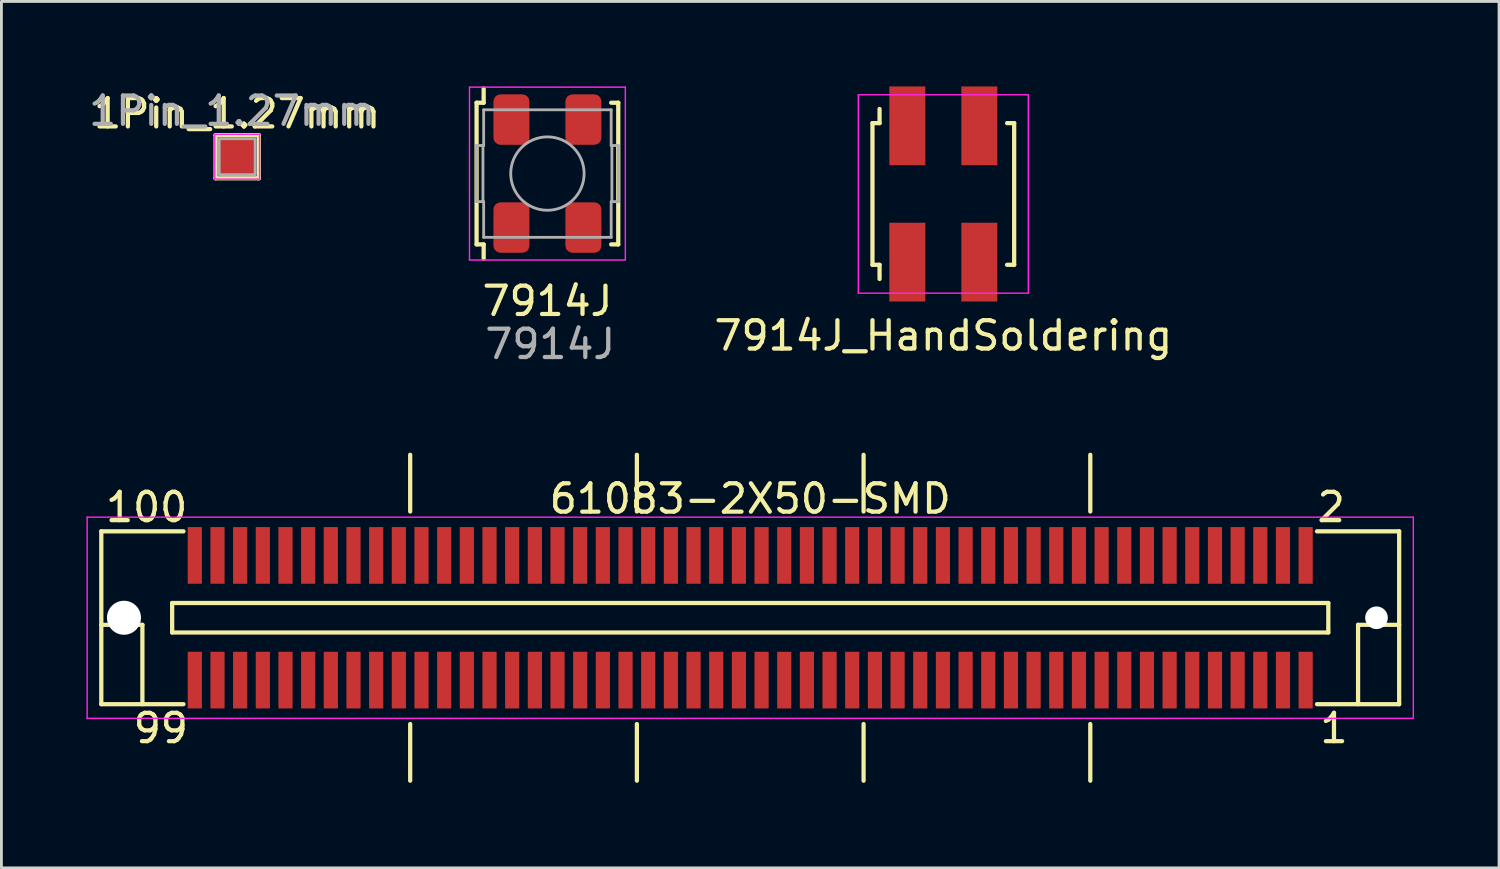
<source format=kicad_pcb>
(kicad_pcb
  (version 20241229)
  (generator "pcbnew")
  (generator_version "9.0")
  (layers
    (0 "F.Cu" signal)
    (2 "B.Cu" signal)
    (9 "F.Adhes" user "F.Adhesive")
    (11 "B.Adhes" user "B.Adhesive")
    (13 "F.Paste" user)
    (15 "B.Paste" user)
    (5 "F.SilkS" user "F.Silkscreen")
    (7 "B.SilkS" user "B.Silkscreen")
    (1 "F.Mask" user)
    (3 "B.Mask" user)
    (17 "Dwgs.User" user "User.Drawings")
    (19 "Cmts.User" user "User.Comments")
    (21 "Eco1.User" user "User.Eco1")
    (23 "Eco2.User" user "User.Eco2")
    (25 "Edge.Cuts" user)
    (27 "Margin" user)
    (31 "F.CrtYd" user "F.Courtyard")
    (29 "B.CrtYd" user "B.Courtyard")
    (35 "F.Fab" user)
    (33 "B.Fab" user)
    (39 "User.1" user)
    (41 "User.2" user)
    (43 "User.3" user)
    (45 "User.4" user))
  (footprint "7914J"
    (layer "F.Cu")
    (at 16.268 3.075)
    (property "Reference" "7914J" (at 0 4.5 0) (layer "F.SilkS") (effects (font (size 1 1) (thickness 0.15))))
    (attr smd)
    (fp_line (start -2.5 -2.5) (end -2.5 2.5) (stroke (width 0.15) (type solid)) (layer "F.SilkS"))
    (fp_line (start -2.5 -2.5) (end -2.25 -2.5) (stroke (width 0.15) (type solid)) (layer "F.SilkS"))
    (fp_line (start -2.5 2.5) (end -2.25 2.5) (stroke (width 0.15) (type solid)) (layer "F.SilkS"))
    (fp_line (start -2.25 -2.5) (end -2.25 -3) (stroke (width 0.15) (type solid)) (layer "F.SilkS"))
    (fp_line (start -2.25 2.5) (end -2.25 3) (stroke (width 0.15) (type solid)) (layer "F.SilkS"))
    (fp_line (start 2.5 -2.5) (end 2.25 -2.5) (stroke (width 0.15) (type solid)) (layer "F.SilkS"))
    (fp_line (start 2.5 -2.5) (end 2.5 2.5) (stroke (width 0.15) (type solid)) (layer "F.SilkS"))
    (fp_line (start 2.5 2.5) (end 2.25 2.5) (stroke (width 0.15) (type solid)) (layer "F.SilkS"))
    (fp_line (start -2.75 -3.05) (end -2.75 3.05) (stroke (width 0.05) (type solid)) (layer "F.CrtYd"))
    (fp_line (start -2.75 3.05) (end 2.75 3.05) (stroke (width 0.05) (type solid)) (layer "F.CrtYd"))
    (fp_line (start 2.75 -3.05) (end -2.75 -3.05) (stroke (width 0.05) (type solid)) (layer "F.CrtYd"))
    (fp_line (start 2.75 3.05) (end 2.75 -3.05) (stroke (width 0.05) (type solid)) (layer "F.CrtYd"))
    (fp_line (start -2.504 -0.991) (end -2.504 0.991) (stroke (width 0.1) (type default)) (layer "F.Fab"))
    (fp_line (start -2.275 -0.991) (end -2.504 -0.991) (stroke (width 0.1) (type default)) (layer "F.Fab"))
    (fp_line (start -2.275 -0.991) (end -2.275 0.991) (stroke (width 0.1) (type default)) (layer "F.Fab"))
    (fp_line (start -2.275 0.991) (end -2.504 0.991) (stroke (width 0.1) (type default)) (layer "F.Fab"))
    (fp_line (start -2.25 -2.25) (end 2.25 -2.25) (stroke (width 0.1) (type default)) (layer "F.Fab"))
    (fp_line (start -2.25 -0.991) (end -2.275 -0.991) (stroke (width 0.1) (type default)) (layer "F.Fab"))
    (fp_line (start -2.25 -0.991) (end -2.25 -2.25) (stroke (width 0.1) (type default)) (layer "F.Fab"))
    (fp_line (start -2.25 0.991) (end -2.275 0.991) (stroke (width 0.1) (type default)) (layer "F.Fab"))
    (fp_line (start -2.25 2.25) (end -2.25 0.991) (stroke (width 0.1) (type default)) (layer "F.Fab"))
    (fp_line (start -2.25 2.25) (end 2.25 2.25) (stroke (width 0.1) (type default)) (layer "F.Fab"))
    (fp_line (start 2.25 -0.991) (end 2.25 -2.25) (stroke (width 0.1) (type default)) (layer "F.Fab"))
    (fp_line (start 2.25 -0.991) (end 2.275 -0.991) (stroke (width 0.1) (type default)) (layer "F.Fab"))
    (fp_line (start 2.25 0.991) (end 2.275 0.991) (stroke (width 0.1) (type default)) (layer "F.Fab"))
    (fp_line (start 2.25 2.25) (end 2.25 0.991) (stroke (width 0.1) (type default)) (layer "F.Fab"))
    (fp_line (start 2.275 -0.991) (end 2.275 0.991) (stroke (width 0.1) (type default)) (layer "F.Fab"))
    (fp_line (start 2.275 -0.991) (end 2.504 -0.991) (stroke (width 0.1) (type default)) (layer "F.Fab"))
    (fp_line (start 2.275 0.991) (end 2.504 0.991) (stroke (width 0.1) (type default)) (layer "F.Fab"))
    (fp_line (start 2.504 -0.991) (end 2.504 0.991) (stroke (width 0.1) (type default)) (layer "F.Fab"))
    (fp_circle (center 0 0) (end 1.295 0) (stroke (width 0.1) (type default)) (fill no) (layer "F.Fab"))
    (fp_text user "${REFERENCE}" (at -2.286 6.604 0) (unlocked yes) (layer "F.Fab") (effects (font (size 1 1) (thickness 0.15)) (justify left bottom)))
    (pad "1" smd roundrect (at -1.27 -1.905) (size 1.27 1.78) (layers "F.Cu" "F.Mask" "F.Paste") (roundrect_rratio 0.197))
    (pad "1" smd roundrect (at -1.27 1.905) (size 1.27 1.78) (layers "F.Cu" "F.Mask" "F.Paste") (roundrect_rratio 0.197))
    (pad "2" smd roundrect (at 1.27 -1.905) (size 1.27 1.78) (layers "F.Cu" "F.Mask" "F.Paste") (roundrect_rratio 0.197))
    (pad "2" smd roundrect (at 1.27 1.905) (size 1.27 1.78) (layers "F.Cu" "F.Mask" "F.Paste") (roundrect_rratio 0.197)))
  (footprint "61083-2X50-SMD"
    (layer "F.Cu")
    (at 23.425 18.75)
    (property "Reference" "61083-2X50-SMD" (at 0 -4.2 180) (layer "F.SilkS") (effects (font (size 1 1) (thickness 0.15))))
    (attr smd)
    (fp_line (start -22.9 -3.05) (end -20 -3.05) (stroke (width 0.15) (type solid)) (layer "F.SilkS"))
    (fp_line (start -22.9 0.25) (end -21.45 0.25) (stroke (width 0.15) (type solid)) (layer "F.SilkS"))
    (fp_line (start -22.9 3.05) (end -22.9 -3.05) (stroke (width 0.15) (type solid)) (layer "F.SilkS"))
    (fp_line (start -22.9 3.05) (end -20 3.05) (stroke (width 0.15) (type solid)) (layer "F.SilkS"))
    (fp_line (start -21.45 0.25) (end -21.45 3.05) (stroke (width 0.15) (type solid)) (layer "F.SilkS"))
    (fp_line (start -20.4 -0.52) (end -20.4 0.52) (stroke (width 0.15) (type solid)) (layer "F.SilkS"))
    (fp_line (start -20.4 0.52) (end 20.4 0.52) (stroke (width 0.15) (type solid)) (layer "F.SilkS"))
    (fp_line (start -12 -5.75) (end -12 -3.75) (stroke (width 0.15) (type solid)) (layer "F.SilkS"))
    (fp_line (start -12 3.75) (end -12 5.75) (stroke (width 0.15) (type solid)) (layer "F.SilkS"))
    (fp_line (start -4 -5.75) (end -4 -3.75) (stroke (width 0.15) (type solid)) (layer "F.SilkS"))
    (fp_line (start -4 3.75) (end -4 5.75) (stroke (width 0.15) (type solid)) (layer "F.SilkS"))
    (fp_line (start 4 -5.75) (end 4 -3.75) (stroke (width 0.15) (type solid)) (layer "F.SilkS"))
    (fp_line (start 4 3.75) (end 4 5.75) (stroke (width 0.15) (type solid)) (layer "F.SilkS"))
    (fp_line (start 12 -5.75) (end 12 -3.75) (stroke (width 0.15) (type solid)) (layer "F.SilkS"))
    (fp_line (start 12 3.75) (end 12 5.75) (stroke (width 0.15) (type solid)) (layer "F.SilkS"))
    (fp_line (start 20 -3.05) (end 22.9 -3.05) (stroke (width 0.15) (type solid)) (layer "F.SilkS"))
    (fp_line (start 20.4 -0.52) (end -20.4 -0.52) (stroke (width 0.15) (type solid)) (layer "F.SilkS"))
    (fp_line (start 20.4 0.52) (end 20.4 -0.52) (stroke (width 0.15) (type solid)) (layer "F.SilkS"))
    (fp_line (start 21.45 0.25) (end 21.45 3.05) (stroke (width 0.15) (type solid)) (layer "F.SilkS"))
    (fp_line (start 22.9 -3.05) (end 22.9 3.05) (stroke (width 0.15) (type solid)) (layer "F.SilkS"))
    (fp_line (start 22.9 0.25) (end 21.45 0.25) (stroke (width 0.15) (type solid)) (layer "F.SilkS"))
    (fp_line (start 22.9 3.05) (end 20 3.05) (stroke (width 0.15) (type solid)) (layer "F.SilkS"))
    (fp_line (start -23.4 -3.55) (end -23.4 3.55) (stroke (width 0.05) (type solid)) (layer "F.CrtYd"))
    (fp_line (start -23.4 3.55) (end 23.4 3.55) (stroke (width 0.05) (type solid)) (layer "F.CrtYd"))
    (fp_line (start 23.4 -3.55) (end -23.4 -3.55) (stroke (width 0.05) (type solid)) (layer "F.CrtYd"))
    (fp_line (start 23.4 3.55) (end 23.4 -3.55) (stroke (width 0.05) (type solid)) (layer "F.CrtYd"))
    (fp_text user "1" (at 20.6 3.9 0) (layer "F.SilkS") (effects (font (size 1 1) (thickness 0.15))))
    (fp_text user "99" (at -20.8 3.9 0) (layer "F.SilkS") (effects (font (size 1 1) (thickness 0.15))))
    (fp_text user "2" (at 20.5 -3.9 0) (layer "F.SilkS") (effects (font (size 1 1) (thickness 0.15))))
    (fp_text user "100" (at -21.3 -3.9 0) (layer "F.SilkS") (effects (font (size 1 1) (thickness 0.15))))
    (pad "" np_thru_hole circle (at -22.1 0) (size 1.2 1.2) (drill 1.2) (layers "*.Cu" "*.Mask"))
    (pad "" np_thru_hole circle (at 22.1 0) (size 0.8 0.8) (drill 0.8) (layers "*.Cu" "*.Mask"))
    (pad "1" smd rect (at 19.6 2.2) (size 0.5 2) (layers "F.Cu" "F.Mask" "F.Paste"))
    (pad "2" smd rect (at 19.6 -2.2) (size 0.5 2) (layers "F.Cu" "F.Mask" "F.Paste"))
    (pad "3" smd rect (at 18.8 2.2) (size 0.5 2) (layers "F.Cu" "F.Mask" "F.Paste"))
    (pad "4" smd rect (at 18.8 -2.2) (size 0.5 2) (layers "F.Cu" "F.Mask" "F.Paste"))
    (pad "5" smd rect (at 18 2.2) (size 0.5 2) (layers "F.Cu" "F.Mask" "F.Paste"))
    (pad "6" smd rect (at 18 -2.2) (size 0.5 2) (layers "F.Cu" "F.Mask" "F.Paste"))
    (pad "7" smd rect (at 17.2 2.2) (size 0.5 2) (layers "F.Cu" "F.Mask" "F.Paste"))
    (pad "8" smd rect (at 17.2 -2.2) (size 0.5 2) (layers "F.Cu" "F.Mask" "F.Paste"))
    (pad "9" smd rect (at 16.4 2.2) (size 0.5 2) (layers "F.Cu" "F.Mask" "F.Paste"))
    (pad "10" smd rect (at 16.4 -2.2) (size 0.5 2) (layers "F.Cu" "F.Mask" "F.Paste"))
    (pad "11" smd rect (at 15.6 2.2) (size 0.5 2) (layers "F.Cu" "F.Mask" "F.Paste"))
    (pad "12" smd rect (at 15.6 -2.2) (size 0.5 2) (layers "F.Cu" "F.Mask" "F.Paste"))
    (pad "13" smd rect (at 14.8 2.2) (size 0.5 2) (layers "F.Cu" "F.Mask" "F.Paste"))
    (pad "14" smd rect (at 14.8 -2.2) (size 0.5 2) (layers "F.Cu" "F.Mask" "F.Paste"))
    (pad "15" smd rect (at 14 2.2) (size 0.5 2) (layers "F.Cu" "F.Mask" "F.Paste"))
    (pad "16" smd rect (at 14 -2.2) (size 0.5 2) (layers "F.Cu" "F.Mask" "F.Paste"))
    (pad "17" smd rect (at 13.2 2.2) (size 0.5 2) (layers "F.Cu" "F.Mask" "F.Paste"))
    (pad "18" smd rect (at 13.2 -2.2) (size 0.5 2) (layers "F.Cu" "F.Mask" "F.Paste"))
    (pad "19" smd rect (at 12.4 2.2) (size 0.5 2) (layers "F.Cu" "F.Mask" "F.Paste"))
    (pad "20" smd rect (at 12.4 -2.2) (size 0.5 2) (layers "F.Cu" "F.Mask" "F.Paste"))
    (pad "21" smd rect (at 11.6 2.2) (size 0.5 2) (layers "F.Cu" "F.Mask" "F.Paste"))
    (pad "22" smd rect (at 11.6 -2.2) (size 0.5 2) (layers "F.Cu" "F.Mask" "F.Paste"))
    (pad "23" smd rect (at 10.8 2.2) (size 0.5 2) (layers "F.Cu" "F.Mask" "F.Paste"))
    (pad "24" smd rect (at 10.8 -2.2) (size 0.5 2) (layers "F.Cu" "F.Mask" "F.Paste"))
    (pad "25" smd rect (at 10 2.2) (size 0.5 2) (layers "F.Cu" "F.Mask" "F.Paste"))
    (pad "26" smd rect (at 10 -2.2) (size 0.5 2) (layers "F.Cu" "F.Mask" "F.Paste"))
    (pad "27" smd rect (at 9.2 2.2) (size 0.5 2) (layers "F.Cu" "F.Mask" "F.Paste"))
    (pad "28" smd rect (at 9.2 -2.2) (size 0.5 2) (layers "F.Cu" "F.Mask" "F.Paste"))
    (pad "29" smd rect (at 8.4 2.2) (size 0.5 2) (layers "F.Cu" "F.Mask" "F.Paste"))
    (pad "30" smd rect (at 8.4 -2.2) (size 0.5 2) (layers "F.Cu" "F.Mask" "F.Paste"))
    (pad "31" smd rect (at 7.6 2.2) (size 0.5 2) (layers "F.Cu" "F.Mask" "F.Paste"))
    (pad "32" smd rect (at 7.6 -2.2) (size 0.5 2) (layers "F.Cu" "F.Mask" "F.Paste"))
    (pad "33" smd rect (at 6.8 2.2) (size 0.5 2) (layers "F.Cu" "F.Mask" "F.Paste"))
    (pad "34" smd rect (at 6.8 -2.2) (size 0.5 2) (layers "F.Cu" "F.Mask" "F.Paste"))
    (pad "35" smd rect (at 6 2.2) (size 0.5 2) (layers "F.Cu" "F.Mask" "F.Paste"))
    (pad "36" smd rect (at 6 -2.2) (size 0.5 2) (layers "F.Cu" "F.Mask" "F.Paste"))
    (pad "37" smd rect (at 5.2 2.2) (size 0.5 2) (layers "F.Cu" "F.Mask" "F.Paste"))
    (pad "38" smd rect (at 5.2 -2.2) (size 0.5 2) (layers "F.Cu" "F.Mask" "F.Paste"))
    (pad "39" smd rect (at 4.4 2.2) (size 0.5 2) (layers "F.Cu" "F.Mask" "F.Paste"))
    (pad "40" smd rect (at 4.4 -2.2) (size 0.5 2) (layers "F.Cu" "F.Mask" "F.Paste"))
    (pad "41" smd rect (at 3.6 2.2) (size 0.5 2) (layers "F.Cu" "F.Mask" "F.Paste"))
    (pad "42" smd rect (at 3.6 -2.2) (size 0.5 2) (layers "F.Cu" "F.Mask" "F.Paste"))
    (pad "43" smd rect (at 2.8 2.2) (size 0.5 2) (layers "F.Cu" "F.Mask" "F.Paste"))
    (pad "44" smd rect (at 2.8 -2.2) (size 0.5 2) (layers "F.Cu" "F.Mask" "F.Paste"))
    (pad "45" smd rect (at 2 2.2) (size 0.5 2) (layers "F.Cu" "F.Mask" "F.Paste"))
    (pad "46" smd rect (at 2 -2.2) (size 0.5 2) (layers "F.Cu" "F.Mask" "F.Paste"))
    (pad "47" smd rect (at 1.2 2.2) (size 0.5 2) (layers "F.Cu" "F.Mask" "F.Paste"))
    (pad "48" smd rect (at 1.2 -2.2) (size 0.5 2) (layers "F.Cu" "F.Mask" "F.Paste"))
    (pad "49" smd rect (at 0.4 2.2) (size 0.5 2) (layers "F.Cu" "F.Mask" "F.Paste"))
    (pad "50" smd rect (at 0.4 -2.2) (size 0.5 2) (layers "F.Cu" "F.Mask" "F.Paste"))
    (pad "51" smd rect (at -0.4 2.2) (size 0.5 2) (layers "F.Cu" "F.Mask" "F.Paste"))
    (pad "52" smd rect (at -0.4 -2.2) (size 0.5 2) (layers "F.Cu" "F.Mask" "F.Paste"))
    (pad "53" smd rect (at -1.2 2.2) (size 0.5 2) (layers "F.Cu" "F.Mask" "F.Paste"))
    (pad "54" smd rect (at -1.2 -2.2) (size 0.5 2) (layers "F.Cu" "F.Mask" "F.Paste"))
    (pad "55" smd rect (at -2 2.2) (size 0.5 2) (layers "F.Cu" "F.Mask" "F.Paste"))
    (pad "56" smd rect (at -2 -2.2) (size 0.5 2) (layers "F.Cu" "F.Mask" "F.Paste"))
    (pad "57" smd rect (at -2.8 2.2) (size 0.5 2) (layers "F.Cu" "F.Mask" "F.Paste"))
    (pad "58" smd rect (at -2.8 -2.2) (size 0.5 2) (layers "F.Cu" "F.Mask" "F.Paste"))
    (pad "59" smd rect (at -3.6 2.2) (size 0.5 2) (layers "F.Cu" "F.Mask" "F.Paste"))
    (pad "60" smd rect (at -3.6 -2.2) (size 0.5 2) (layers "F.Cu" "F.Mask" "F.Paste"))
    (pad "61" smd rect (at -4.4 2.2) (size 0.5 2) (layers "F.Cu" "F.Mask" "F.Paste"))
    (pad "62" smd rect (at -4.4 -2.2) (size 0.5 2) (layers "F.Cu" "F.Mask" "F.Paste"))
    (pad "63" smd rect (at -5.2 2.2) (size 0.5 2) (layers "F.Cu" "F.Mask" "F.Paste"))
    (pad "64" smd rect (at -5.2 -2.2) (size 0.5 2) (layers "F.Cu" "F.Mask" "F.Paste"))
    (pad "65" smd rect (at -6 2.2) (size 0.5 2) (layers "F.Cu" "F.Mask" "F.Paste"))
    (pad "66" smd rect (at -6 -2.2) (size 0.5 2) (layers "F.Cu" "F.Mask" "F.Paste"))
    (pad "67" smd rect (at -6.8 2.2) (size 0.5 2) (layers "F.Cu" "F.Mask" "F.Paste"))
    (pad "68" smd rect (at -6.8 -2.2) (size 0.5 2) (layers "F.Cu" "F.Mask" "F.Paste"))
    (pad "69" smd rect (at -7.6 2.2) (size 0.5 2) (layers "F.Cu" "F.Mask" "F.Paste"))
    (pad "70" smd rect (at -7.6 -2.2) (size 0.5 2) (layers "F.Cu" "F.Mask" "F.Paste"))
    (pad "71" smd rect (at -8.4 2.2) (size 0.5 2) (layers "F.Cu" "F.Mask" "F.Paste"))
    (pad "72" smd rect (at -8.4 -2.2) (size 0.5 2) (layers "F.Cu" "F.Mask" "F.Paste"))
    (pad "73" smd rect (at -9.2 2.2) (size 0.5 2) (layers "F.Cu" "F.Mask" "F.Paste"))
    (pad "74" smd rect (at -9.2 -2.2) (size 0.5 2) (layers "F.Cu" "F.Mask" "F.Paste"))
    (pad "75" smd rect (at -10 2.2) (size 0.5 2) (layers "F.Cu" "F.Mask" "F.Paste"))
    (pad "76" smd rect (at -10 -2.2) (size 0.5 2) (layers "F.Cu" "F.Mask" "F.Paste"))
    (pad "77" smd rect (at -10.8 2.2) (size 0.5 2) (layers "F.Cu" "F.Mask" "F.Paste"))
    (pad "78" smd rect (at -10.8 -2.2) (size 0.5 2) (layers "F.Cu" "F.Mask" "F.Paste"))
    (pad "79" smd rect (at -11.6 2.2) (size 0.5 2) (layers "F.Cu" "F.Mask" "F.Paste"))
    (pad "80" smd rect (at -11.6 -2.2) (size 0.5 2) (layers "F.Cu" "F.Mask" "F.Paste"))
    (pad "81" smd rect (at -12.4 2.2) (size 0.5 2) (layers "F.Cu" "F.Mask" "F.Paste"))
    (pad "82" smd rect (at -12.4 -2.2) (size 0.5 2) (layers "F.Cu" "F.Mask" "F.Paste"))
    (pad "83" smd rect (at -13.2 2.2) (size 0.5 2) (layers "F.Cu" "F.Mask" "F.Paste"))
    (pad "84" smd rect (at -13.2 -2.2) (size 0.5 2) (layers "F.Cu" "F.Mask" "F.Paste"))
    (pad "85" smd rect (at -14 2.2) (size 0.5 2) (layers "F.Cu" "F.Mask" "F.Paste"))
    (pad "86" smd rect (at -14 -2.2) (size 0.5 2) (layers "F.Cu" "F.Mask" "F.Paste"))
    (pad "87" smd rect (at -14.8 2.2) (size 0.5 2) (layers "F.Cu" "F.Mask" "F.Paste"))
    (pad "88" smd rect (at -14.8 -2.2) (size 0.5 2) (layers "F.Cu" "F.Mask" "F.Paste"))
    (pad "89" smd rect (at -15.6 2.2) (size 0.5 2) (layers "F.Cu" "F.Mask" "F.Paste"))
    (pad "90" smd rect (at -15.6 -2.2) (size 0.5 2) (layers "F.Cu" "F.Mask" "F.Paste"))
    (pad "91" smd rect (at -16.4 2.2) (size 0.5 2) (layers "F.Cu" "F.Mask" "F.Paste"))
    (pad "92" smd rect (at -16.4 -2.2) (size 0.5 2) (layers "F.Cu" "F.Mask" "F.Paste"))
    (pad "93" smd rect (at -17.2 2.2) (size 0.5 2) (layers "F.Cu" "F.Mask" "F.Paste"))
    (pad "94" smd rect (at -17.2 -2.2) (size 0.5 2) (layers "F.Cu" "F.Mask" "F.Paste"))
    (pad "95" smd rect (at -18 2.2) (size 0.5 2) (layers "F.Cu" "F.Mask" "F.Paste"))
    (pad "96" smd rect (at -18 -2.2) (size 0.5 2) (layers "F.Cu" "F.Mask" "F.Paste"))
    (pad "97" smd rect (at -18.8 2.2) (size 0.5 2) (layers "F.Cu" "F.Mask" "F.Paste"))
    (pad "98" smd rect (at -18.8 -2.2) (size 0.5 2) (layers "F.Cu" "F.Mask" "F.Paste"))
    (pad "99" smd rect (at -19.6 2.2) (size 0.5 2) (layers "F.Cu" "F.Mask" "F.Paste"))
    (pad "100" smd rect (at -19.6 -2.2) (size 0.5 2) (layers "F.Cu" "F.Mask" "F.Paste")))
  (footprint "7914J_HandSoldering"
    (layer "F.Cu")
    (at 30.239 3.795)
    (property "Reference" "7914J_HandSoldering" (at 0 5 0) (layer "F.SilkS") (effects (font (size 1 1) (thickness 0.15))))
    (attr through_hole)
    (fp_line (start -2.5 -2.5) (end -2.5 2.5) (stroke (width 0.15) (type solid)) (layer "F.SilkS"))
    (fp_line (start -2.5 -2.5) (end -2.25 -2.5) (stroke (width 0.15) (type solid)) (layer "F.SilkS"))
    (fp_line (start -2.5 2.5) (end -2.25 2.5) (stroke (width 0.15) (type solid)) (layer "F.SilkS"))
    (fp_line (start -2.25 -2.5) (end -2.25 -3) (stroke (width 0.15) (type solid)) (layer "F.SilkS"))
    (fp_line (start -2.25 2.5) (end -2.25 3) (stroke (width 0.15) (type solid)) (layer "F.SilkS"))
    (fp_line (start 2.5 -2.5) (end 2.25 -2.5) (stroke (width 0.15) (type solid)) (layer "F.SilkS"))
    (fp_line (start 2.5 -2.5) (end 2.5 2.5) (stroke (width 0.15) (type solid)) (layer "F.SilkS"))
    (fp_line (start 2.5 2.5) (end 2.25 2.5) (stroke (width 0.15) (type solid)) (layer "F.SilkS"))
    (fp_line (start -3 -3.5) (end -3 3.5) (stroke (width 0.05) (type solid)) (layer "F.CrtYd"))
    (fp_line (start -3 3.5) (end 3 3.5) (stroke (width 0.05) (type solid)) (layer "F.CrtYd"))
    (fp_line (start 3 -3.5) (end -3 -3.5) (stroke (width 0.05) (type solid)) (layer "F.CrtYd"))
    (fp_line (start 3 3.5) (end 3 -3.5) (stroke (width 0.05) (type solid)) (layer "F.CrtYd"))
    (pad "1" smd rect (at -1.27 -2.405) (size 1.27 2.78) (layers "F.Cu" "F.Mask" "F.Paste"))
    (pad "1" smd rect (at -1.27 2.405) (size 1.27 2.78) (layers "F.Cu" "F.Mask" "F.Paste"))
    (pad "2" smd rect (at 1.27 -2.405) (size 1.27 2.78) (layers "F.Cu" "F.Mask" "F.Paste"))
    (pad "2" smd rect (at 1.27 2.405) (size 1.27 2.78) (layers "F.Cu" "F.Mask" "F.Paste")))
  (footprint "1Pin_1.27mm"
    (layer "F.Cu")
    (at 5.32 2.48)
    (property "Reference" "1Pin_1.27mm" (at 0 -1.524 0) (layer "F.SilkS") (effects (font (size 1 1) (thickness 0.15))))
    (attr smd)
    (fp_line (start -0.762 -0.762) (end 0.762 -0.762) (stroke (width 0.15) (type solid)) (layer "F.SilkS"))
    (fp_line (start -0.762 0.762) (end -0.762 -0.762) (stroke (width 0.15) (type solid)) (layer "F.SilkS"))
    (fp_line (start 0.762 -0.762) (end 0.762 0.762) (stroke (width 0.15) (type solid)) (layer "F.SilkS"))
    (fp_line (start 0.762 0.762) (end -0.762 0.762) (stroke (width 0.15) (type solid)) (layer "F.SilkS"))
    (fp_line (start -0.79 -0.79) (end -0.79 0.79) (stroke (width 0.05) (type default)) (layer "F.CrtYd"))
    (fp_line (start -0.79 0.79) (end 0.79 0.79) (stroke (width 0.05) (type default)) (layer "F.CrtYd"))
    (fp_line (start 0.79 -0.79) (end -0.79 -0.79) (stroke (width 0.05) (type default)) (layer "F.CrtYd"))
    (fp_line (start 0.79 0.79) (end 0.79 -0.79) (stroke (width 0.05) (type default)) (layer "F.CrtYd"))
    (fp_rect (start -0.635 -0.635) (end 0.635 0.635) (stroke (width 0.1) (type default)) (fill no) (layer "F.Fab"))
    (fp_text user "${REFERENCE}" (at -5.32 -1.03 0) (unlocked yes) (layer "F.Fab") (effects (font (size 1 1) (thickness 0.15)) (justify left bottom)))
    (pad "1" smd rect (at 0 0) (size 1.27 1.27) (layers "F.Cu" "F.Mask")))
  (gr_rect
    (start -3 -3)
    (end 49.85 27.576)
    (stroke (width 0.1) (type default))
    (fill no)
    (layer "Edge.Cuts")))
</source>
